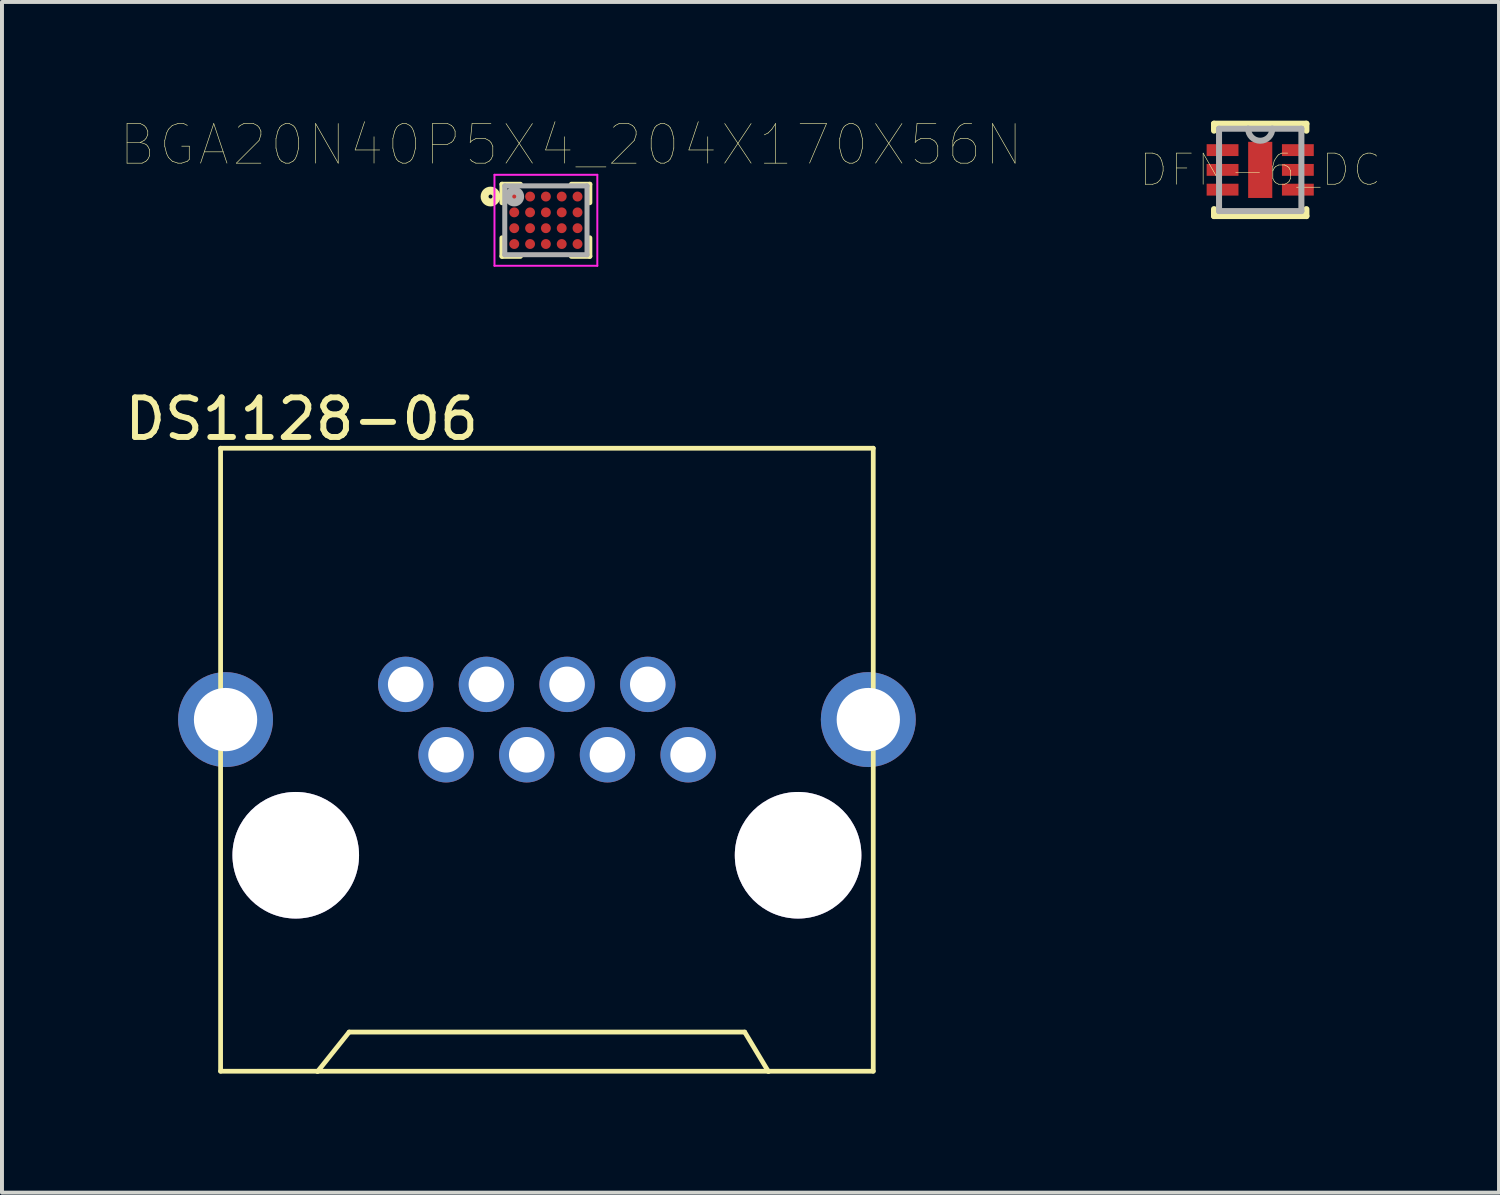
<source format=kicad_pcb>
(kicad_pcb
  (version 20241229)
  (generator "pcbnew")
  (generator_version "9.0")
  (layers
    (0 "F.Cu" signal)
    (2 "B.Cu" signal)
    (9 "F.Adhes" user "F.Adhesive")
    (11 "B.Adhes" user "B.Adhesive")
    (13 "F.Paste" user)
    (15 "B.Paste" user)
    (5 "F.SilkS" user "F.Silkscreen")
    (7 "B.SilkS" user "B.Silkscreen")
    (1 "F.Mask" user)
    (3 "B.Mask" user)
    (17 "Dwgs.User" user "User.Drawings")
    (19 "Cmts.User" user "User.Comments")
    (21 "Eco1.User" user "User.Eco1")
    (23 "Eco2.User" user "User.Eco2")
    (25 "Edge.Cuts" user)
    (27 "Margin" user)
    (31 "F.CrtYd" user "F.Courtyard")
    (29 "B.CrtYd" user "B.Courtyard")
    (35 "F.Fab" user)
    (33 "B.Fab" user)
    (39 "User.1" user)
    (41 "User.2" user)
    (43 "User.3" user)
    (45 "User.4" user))
  (footprint "DS1128-06"
    (layer "F.Cu")
    (at 10.777 15.142)
    (property "Reference" "DS1128-06" (at -6.2 -7.6 0) (layer "F.SilkS") (effects (font (size 1 1) (thickness 0.15))))
    (attr through_hole)
    (fp_line (start -8.25 -6.86) (end -8.25 0) (stroke (width 0.12) (type solid)) (layer "F.SilkS"))
    (fp_line (start -8.25 -6.86) (end 8.25 -6.86) (stroke (width 0.12) (type solid)) (layer "F.SilkS"))
    (fp_line (start -8.25 0) (end -8.25 8.89) (stroke (width 0.12) (type solid)) (layer "F.SilkS"))
    (fp_line (start -5 7.9) (end -5.8 8.9) (stroke (width 0.12) (type solid)) (layer "F.SilkS"))
    (fp_line (start -5 7.9) (end 5 7.9) (stroke (width 0.12) (type solid)) (layer "F.SilkS"))
    (fp_line (start 5 7.9) (end 5.6 8.9) (stroke (width 0.12) (type solid)) (layer "F.SilkS"))
    (fp_line (start 8.25 -6.86) (end 8.25 0) (stroke (width 0.12) (type solid)) (layer "F.SilkS"))
    (fp_line (start 8.25 0) (end 8.25 8.89) (stroke (width 0.12) (type solid)) (layer "F.SilkS"))
    (fp_line (start 8.25 8.89) (end -8.25 8.89) (stroke (width 0.12) (type solid)) (layer "F.SilkS"))
    (pad "" thru_hole circle (at -8.125 0) (size 2.4 2.4) (drill 1.6) (layers "*.Cu" "*.Mask"))
    (pad "" thru_hole circle (at -6.35 3.43) (size 3.2 3.2) (drill 3.2) (layers "*.Cu" "*.Mask"))
    (pad "" thru_hole circle (at 6.35 3.43) (size 3.2 3.2) (drill 3.2) (layers "*.Cu" "*.Mask"))
    (pad "" thru_hole circle (at 8.125 0) (size 2.4 2.4) (drill 1.6) (layers "*.Cu" "*.Mask"))
    (pad "1" thru_hole circle (at 3.57 0.89) (size 1.4 1.4) (drill 0.9) (layers "*.Cu" "*.Mask"))
    (pad "2" thru_hole circle (at 2.55 -0.89) (size 1.4 1.4) (drill 0.9) (layers "*.Cu" "*.Mask"))
    (pad "3" thru_hole circle (at 1.53 0.89) (size 1.4 1.4) (drill 0.9) (layers "*.Cu" "*.Mask"))
    (pad "4" thru_hole circle (at 0.51 -0.89) (size 1.4 1.4) (drill 0.9) (layers "*.Cu" "*.Mask"))
    (pad "5" thru_hole circle (at -0.51 0.89) (size 1.4 1.4) (drill 0.9) (layers "*.Cu" "*.Mask"))
    (pad "6" thru_hole circle (at -1.53 -0.89) (size 1.4 1.4) (drill 0.9) (layers "*.Cu" "*.Mask"))
    (pad "7" thru_hole circle (at -2.55 0.89) (size 1.4 1.4) (drill 0.9) (layers "*.Cu" "*.Mask"))
    (pad "8" thru_hole circle (at -3.57 -0.89) (size 1.4 1.4) (drill 0.9) (layers "*.Cu" "*.Mask")))
  (footprint "DFN-6_DC"
    (layer "F.Cu")
    (at 28.81 1.245)
    (property "Reference" "DFN-6_DC" (at 0 0 0) (layer "F.SilkS") (effects (font (size 0.787 0.787) (thickness 0.015))))
    (attr through_hole)
    (fp_line (start -1.168 -1.168) (end -1.168 -0.991) (stroke (width 0.152) (type solid)) (layer "F.SilkS"))
    (fp_line (start -1.168 0.991) (end -1.168 1.168) (stroke (width 0.152) (type solid)) (layer "F.SilkS"))
    (fp_line (start -1.168 1.168) (end 1.168 1.168) (stroke (width 0.152) (type solid)) (layer "F.SilkS"))
    (fp_line (start 1.168 -1.168) (end -1.168 -1.168) (stroke (width 0.152) (type solid)) (layer "F.SilkS"))
    (fp_line (start 1.168 -0.991) (end 1.168 -1.168) (stroke (width 0.152) (type solid)) (layer "F.SilkS"))
    (fp_line (start 1.168 1.168) (end 1.168 0.991) (stroke (width 0.152) (type solid)) (layer "F.SilkS"))
    (fp_poly (pts (xy -0.305 -0.71) (xy -0.305 0.71) (xy 0.305 0.71) (xy 0.305 -0.71)) (stroke (width 0.025) (type solid)) (fill yes) (layer "F.Paste"))
    (fp_line (start -1.041 -1.041) (end -1.041 1.041) (stroke (width 0.152) (type solid)) (layer "F.Fab"))
    (fp_line (start -1.041 1.041) (end 1.041 1.041) (stroke (width 0.152) (type solid)) (layer "F.Fab"))
    (fp_line (start -0.305 -1.041) (end -1.041 -1.041) (stroke (width 0.152) (type solid)) (layer "F.Fab"))
    (fp_line (start 0.305 -1.041) (end -0.305 -1.041) (stroke (width 0.152) (type solid)) (layer "F.Fab"))
    (fp_line (start 1.041 -1.041) (end 0.305 -1.041) (stroke (width 0.152) (type solid)) (layer "F.Fab"))
    (fp_line (start 1.041 1.041) (end 1.041 -1.041) (stroke (width 0.152) (type solid)) (layer "F.Fab"))
    (fp_arc (start 0.3048 -1.0414) (mid 0 -0.7366) (end -0.3048 -1.0414) (stroke (width 0.1524) (type solid)) (layer "F.Fab"))
    (pad "1" smd rect (at -0.952 -0.5) (size 0.805 0.3) (layers "F.Cu" "F.Mask" "F.Paste"))
    (pad "2" smd rect (at -0.952 0) (size 0.805 0.3) (layers "F.Cu" "F.Mask" "F.Paste"))
    (pad "3" smd rect (at -0.952 0.5) (size 0.805 0.3) (layers "F.Cu" "F.Mask" "F.Paste"))
    (pad "4" smd rect (at 0.952 0.5) (size 0.805 0.3) (layers "F.Cu" "F.Mask" "F.Paste"))
    (pad "5" smd rect (at 0.952 0) (size 0.805 0.3) (layers "F.Cu" "F.Mask" "F.Paste"))
    (pad "6" smd rect (at 0.952 -0.5) (size 0.805 0.3) (layers "F.Cu" "F.Mask" "F.Paste"))
    (pad "7" smd rect (at 0 0) (size 0.61 1.42) (layers "F.Cu" "F.Mask")))
  (footprint "BGA20N40P5X4_204X170X56N"
    (layer "F.Cu")
    (at 10.751 2.519)
    (property "Reference" "BGA20N40P5X4_204X170X56N" (at 0.636 -1.907 0) (layer "F.SilkS") (effects (font (size 1.001 1.001) (thickness 0.015))))
    (attr through_hole)
    (fp_line (start -1.11 -0.91) (end -1.11 -0.445) (stroke (width 0.127) (type solid)) (layer "F.SilkS"))
    (fp_line (start -1.11 0.445) (end -1.11 0.91) (stroke (width 0.127) (type solid)) (layer "F.SilkS"))
    (fp_line (start -1.11 0.91) (end -0.645 0.91) (stroke (width 0.127) (type solid)) (layer "F.SilkS"))
    (fp_line (start -0.645 -0.91) (end -1.11 -0.91) (stroke (width 0.127) (type solid)) (layer "F.SilkS"))
    (fp_line (start 0.645 -0.91) (end 1.11 -0.91) (stroke (width 0.127) (type solid)) (layer "F.SilkS"))
    (fp_line (start 0.645 0.91) (end 1.11 0.91) (stroke (width 0.127) (type solid)) (layer "F.SilkS"))
    (fp_line (start 1.11 -0.91) (end 1.11 -0.445) (stroke (width 0.127) (type solid)) (layer "F.SilkS"))
    (fp_line (start 1.11 0.91) (end 1.11 0.445) (stroke (width 0.127) (type solid)) (layer "F.SilkS"))
    (fp_circle (center -1.4 -0.6) (end -1.35 -0.6) (stroke (width 0.2) (type solid)) (fill no) (layer "F.SilkS"))
    (fp_line (start -1.3 -1.15) (end 1.3 -1.15) (stroke (width 0.05) (type solid)) (layer "F.CrtYd"))
    (fp_line (start -1.3 1.15) (end -1.3 -1.15) (stroke (width 0.05) (type solid)) (layer "F.CrtYd"))
    (fp_line (start 1.3 -1.15) (end 1.3 1.15) (stroke (width 0.05) (type solid)) (layer "F.CrtYd"))
    (fp_line (start 1.3 1.15) (end -1.3 1.15) (stroke (width 0.05) (type solid)) (layer "F.CrtYd"))
    (fp_line (start -1.04 -0.87) (end 1.04 -0.87) (stroke (width 0.127) (type solid)) (layer "F.Fab"))
    (fp_line (start -1.04 0.87) (end -1.04 -0.87) (stroke (width 0.127) (type solid)) (layer "F.Fab"))
    (fp_line (start 1.04 -0.87) (end 1.04 0.87) (stroke (width 0.127) (type solid)) (layer "F.Fab"))
    (fp_line (start 1.04 0.87) (end -1.04 0.87) (stroke (width 0.127) (type solid)) (layer "F.Fab"))
    (fp_circle (center -0.8 -0.6) (end -0.75 -0.6) (stroke (width 0.2) (type solid)) (fill no) (layer "F.Fab"))
    (pad "A1" smd circle (at -0.8 -0.6) (size 0.25 0.25) (layers "F.Cu" "F.Mask" "F.Paste"))
    (pad "A2" smd circle (at -0.4 -0.6) (size 0.25 0.25) (layers "F.Cu" "F.Mask" "F.Paste"))
    (pad "A3" smd circle (at 0 -0.6) (size 0.25 0.25) (layers "F.Cu" "F.Mask" "F.Paste"))
    (pad "A4" smd circle (at 0.4 -0.6) (size 0.25 0.25) (layers "F.Cu" "F.Mask" "F.Paste"))
    (pad "A5" smd circle (at 0.8 -0.6) (size 0.25 0.25) (layers "F.Cu" "F.Mask" "F.Paste"))
    (pad "B1" smd circle (at -0.8 -0.2) (size 0.25 0.25) (layers "F.Cu" "F.Mask" "F.Paste"))
    (pad "B2" smd circle (at -0.4 -0.2) (size 0.25 0.25) (layers "F.Cu" "F.Mask" "F.Paste"))
    (pad "B3" smd circle (at 0 -0.2) (size 0.25 0.25) (layers "F.Cu" "F.Mask" "F.Paste"))
    (pad "B4" smd circle (at 0.4 -0.2) (size 0.25 0.25) (layers "F.Cu" "F.Mask" "F.Paste"))
    (pad "B5" smd circle (at 0.8 -0.2) (size 0.25 0.25) (layers "F.Cu" "F.Mask" "F.Paste"))
    (pad "C1" smd circle (at -0.8 0.2) (size 0.25 0.25) (layers "F.Cu" "F.Mask" "F.Paste"))
    (pad "C2" smd circle (at -0.4 0.2) (size 0.25 0.25) (layers "F.Cu" "F.Mask" "F.Paste"))
    (pad "C3" smd circle (at 0 0.2) (size 0.25 0.25) (layers "F.Cu" "F.Mask" "F.Paste"))
    (pad "C4" smd circle (at 0.4 0.2) (size 0.25 0.25) (layers "F.Cu" "F.Mask" "F.Paste"))
    (pad "C5" smd circle (at 0.8 0.2) (size 0.25 0.25) (layers "F.Cu" "F.Mask" "F.Paste"))
    (pad "D1" smd circle (at -0.8 0.6) (size 0.25 0.25) (layers "F.Cu" "F.Mask" "F.Paste"))
    (pad "D2" smd circle (at -0.4 0.6) (size 0.25 0.25) (layers "F.Cu" "F.Mask" "F.Paste"))
    (pad "D3" smd circle (at 0 0.6) (size 0.25 0.25) (layers "F.Cu" "F.Mask" "F.Paste"))
    (pad "D4" smd circle (at 0.4 0.6) (size 0.25 0.25) (layers "F.Cu" "F.Mask" "F.Paste"))
    (pad "D5" smd circle (at 0.8 0.6) (size 0.25 0.25) (layers "F.Cu" "F.Mask" "F.Paste")))
  (gr_rect
    (start -3 -3)
    (end 34.847 27.102)
    (stroke (width 0.1) (type default))
    (fill no)
    (layer "Edge.Cuts")))
</source>
